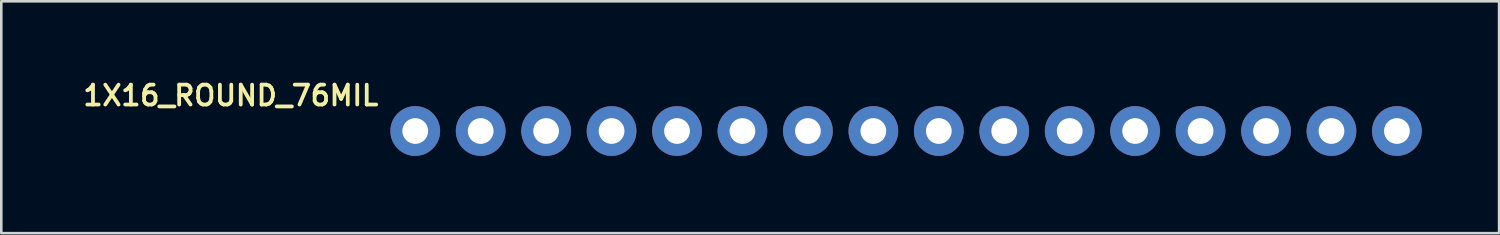
<source format=kicad_pcb>
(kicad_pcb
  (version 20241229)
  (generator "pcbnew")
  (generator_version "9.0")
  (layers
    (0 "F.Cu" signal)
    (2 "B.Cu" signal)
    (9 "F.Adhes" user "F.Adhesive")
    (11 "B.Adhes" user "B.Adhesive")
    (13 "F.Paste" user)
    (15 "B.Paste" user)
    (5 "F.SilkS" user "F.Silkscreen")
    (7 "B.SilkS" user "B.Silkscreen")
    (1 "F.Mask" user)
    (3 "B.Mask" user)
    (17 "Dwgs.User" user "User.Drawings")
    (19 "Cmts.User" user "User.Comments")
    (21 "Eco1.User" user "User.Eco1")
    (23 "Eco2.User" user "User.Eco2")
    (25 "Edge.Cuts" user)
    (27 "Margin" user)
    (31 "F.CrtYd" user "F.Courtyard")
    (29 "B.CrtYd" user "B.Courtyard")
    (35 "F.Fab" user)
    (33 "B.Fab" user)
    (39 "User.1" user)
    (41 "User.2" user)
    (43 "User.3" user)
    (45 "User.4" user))
  (footprint "1X16_ROUND_76MIL"
    (layer "F.Cu")
    (at 32.116 2.035)
    (property "Reference" "1X16_ROUND_76MIL" (at -20.396 -1.829 0) (layer "F.SilkS") (effects (font (size 0.772 0.772) (thickness 0.146)) (justify right top)))
    (attr through_hole)
    (fp_poly (pts (xy -19.304 0.254) (xy -18.796 0.254) (xy -18.796 -0.254) (xy -19.304 -0.254)) (stroke (width 0.1) (type solid)) (fill no) (layer "F.Fab"))
    (fp_poly (pts (xy -16.764 0.254) (xy -16.256 0.254) (xy -16.256 -0.254) (xy -16.764 -0.254)) (stroke (width 0.1) (type solid)) (fill no) (layer "F.Fab"))
    (fp_poly (pts (xy -14.224 0.254) (xy -13.716 0.254) (xy -13.716 -0.254) (xy -14.224 -0.254)) (stroke (width 0.1) (type solid)) (fill no) (layer "F.Fab"))
    (fp_poly (pts (xy -11.684 0.254) (xy -11.176 0.254) (xy -11.176 -0.254) (xy -11.684 -0.254)) (stroke (width 0.1) (type solid)) (fill no) (layer "F.Fab"))
    (fp_poly (pts (xy -9.144 0.254) (xy -8.636 0.254) (xy -8.636 -0.254) (xy -9.144 -0.254)) (stroke (width 0.1) (type solid)) (fill no) (layer "F.Fab"))
    (fp_poly (pts (xy -6.604 0.254) (xy -6.096 0.254) (xy -6.096 -0.254) (xy -6.604 -0.254)) (stroke (width 0.1) (type solid)) (fill no) (layer "F.Fab"))
    (fp_poly (pts (xy -4.064 0.254) (xy -3.556 0.254) (xy -3.556 -0.254) (xy -4.064 -0.254)) (stroke (width 0.1) (type solid)) (fill no) (layer "F.Fab"))
    (fp_poly (pts (xy -1.524 0.254) (xy -1.016 0.254) (xy -1.016 -0.254) (xy -1.524 -0.254)) (stroke (width 0.1) (type solid)) (fill no) (layer "F.Fab"))
    (fp_poly (pts (xy 1.016 0.254) (xy 1.524 0.254) (xy 1.524 -0.254) (xy 1.016 -0.254)) (stroke (width 0.1) (type solid)) (fill no) (layer "F.Fab"))
    (fp_poly (pts (xy 3.556 0.254) (xy 4.064 0.254) (xy 4.064 -0.254) (xy 3.556 -0.254)) (stroke (width 0.1) (type solid)) (fill no) (layer "F.Fab"))
    (fp_poly (pts (xy 6.096 0.254) (xy 6.604 0.254) (xy 6.604 -0.254) (xy 6.096 -0.254)) (stroke (width 0.1) (type solid)) (fill no) (layer "F.Fab"))
    (fp_poly (pts (xy 8.636 0.254) (xy 9.144 0.254) (xy 9.144 -0.254) (xy 8.636 -0.254)) (stroke (width 0.1) (type solid)) (fill no) (layer "F.Fab"))
    (fp_poly (pts (xy 11.176 0.254) (xy 11.684 0.254) (xy 11.684 -0.254) (xy 11.176 -0.254)) (stroke (width 0.1) (type solid)) (fill no) (layer "F.Fab"))
    (fp_poly (pts (xy 13.716 0.254) (xy 14.224 0.254) (xy 14.224 -0.254) (xy 13.716 -0.254)) (stroke (width 0.1) (type solid)) (fill no) (layer "F.Fab"))
    (fp_poly (pts (xy 16.256 0.254) (xy 16.764 0.254) (xy 16.764 -0.254) (xy 16.256 -0.254)) (stroke (width 0.1) (type solid)) (fill no) (layer "F.Fab"))
    (fp_poly (pts (xy 18.796 0.254) (xy 19.304 0.254) (xy 19.304 -0.254) (xy 18.796 -0.254)) (stroke (width 0.1) (type solid)) (fill no) (layer "F.Fab"))
    (pad "1" thru_hole circle (at -19.05 0 90) (size 1.93 1.93) (drill 1) (layers "*.Cu" "*.Mask"))
    (pad "2" thru_hole circle (at -16.51 0 90) (size 1.93 1.93) (drill 1) (layers "*.Cu" "*.Mask"))
    (pad "3" thru_hole circle (at -13.97 0 90) (size 1.93 1.93) (drill 1) (layers "*.Cu" "*.Mask"))
    (pad "4" thru_hole circle (at -11.43 0 90) (size 1.93 1.93) (drill 1) (layers "*.Cu" "*.Mask"))
    (pad "5" thru_hole circle (at -8.89 0 90) (size 1.93 1.93) (drill 1) (layers "*.Cu" "*.Mask"))
    (pad "6" thru_hole circle (at -6.35 0 90) (size 1.93 1.93) (drill 1) (layers "*.Cu" "*.Mask"))
    (pad "7" thru_hole circle (at -3.81 0 90) (size 1.93 1.93) (drill 1) (layers "*.Cu" "*.Mask"))
    (pad "8" thru_hole circle (at -1.27 0 90) (size 1.93 1.93) (drill 1) (layers "*.Cu" "*.Mask"))
    (pad "9" thru_hole circle (at 1.27 0 90) (size 1.93 1.93) (drill 1) (layers "*.Cu" "*.Mask"))
    (pad "10" thru_hole circle (at 3.81 0 90) (size 1.93 1.93) (drill 1) (layers "*.Cu" "*.Mask"))
    (pad "11" thru_hole circle (at 6.35 0 90) (size 1.93 1.93) (drill 1) (layers "*.Cu" "*.Mask"))
    (pad "12" thru_hole circle (at 8.89 0 90) (size 1.93 1.93) (drill 1) (layers "*.Cu" "*.Mask"))
    (pad "13" thru_hole circle (at 11.43 0 90) (size 1.93 1.93) (drill 1) (layers "*.Cu" "*.Mask"))
    (pad "14" thru_hole circle (at 13.97 0 90) (size 1.93 1.93) (drill 1) (layers "*.Cu" "*.Mask"))
    (pad "15" thru_hole circle (at 16.51 0 90) (size 1.93 1.93) (drill 1) (layers "*.Cu" "*.Mask"))
    (pad "16" thru_hole circle (at 19.05 0 90) (size 1.93 1.93) (drill 1) (layers "*.Cu" "*.Mask")))
  (gr_rect
    (start -3 -3)
    (end 55.131 6)
    (stroke (width 0.1) (type default))
    (fill no)
    (layer "Edge.Cuts")))
</source>
